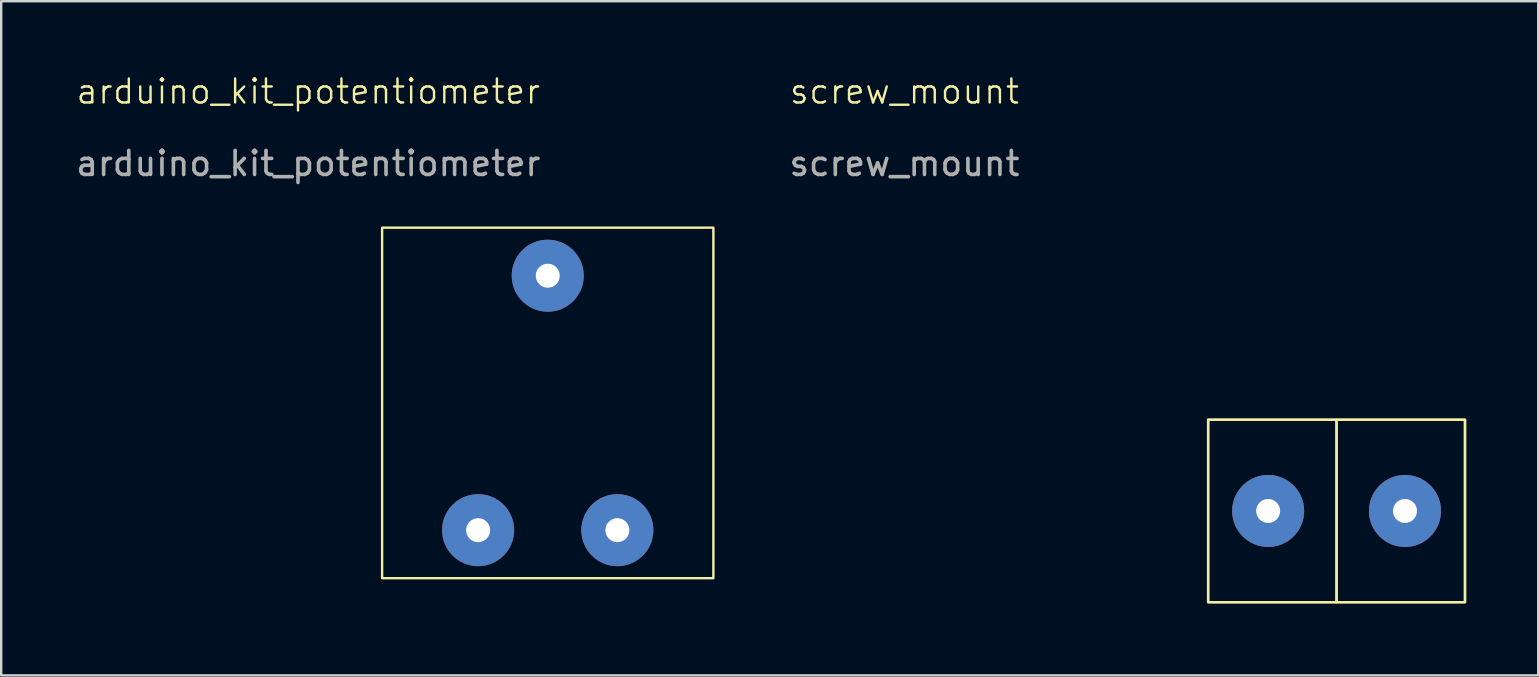
<source format=kicad_pcb>
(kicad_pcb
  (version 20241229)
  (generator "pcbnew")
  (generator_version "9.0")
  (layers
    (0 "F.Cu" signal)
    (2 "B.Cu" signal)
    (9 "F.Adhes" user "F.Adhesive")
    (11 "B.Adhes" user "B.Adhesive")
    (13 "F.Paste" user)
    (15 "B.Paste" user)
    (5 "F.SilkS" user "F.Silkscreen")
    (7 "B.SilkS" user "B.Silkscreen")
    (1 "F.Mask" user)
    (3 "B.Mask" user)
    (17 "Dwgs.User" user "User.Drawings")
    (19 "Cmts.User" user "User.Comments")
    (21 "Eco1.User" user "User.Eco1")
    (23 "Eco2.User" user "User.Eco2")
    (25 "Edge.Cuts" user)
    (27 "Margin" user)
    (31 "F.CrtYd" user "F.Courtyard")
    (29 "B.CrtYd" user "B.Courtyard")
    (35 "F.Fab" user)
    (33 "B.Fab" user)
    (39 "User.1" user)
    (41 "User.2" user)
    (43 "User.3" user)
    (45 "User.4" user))
  (footprint "arduino_kit_potentiometer"
    (layer "F.Cu")
    (at 14.867 8.435)
    (property "Reference" "arduino_kit_potentiometer" (at -5.075 -7.675 0) (unlocked yes) (layer "F.SilkS") (effects (font (size 1 1) (thickness 0.1))))
    (attr smd)
    (fp_rect (start -2 -2) (end 11.8 12.6) (stroke (width 0.1) (type solid)) (fill no) (layer "F.SilkS"))
    (fp_text user "${REFERENCE}" (at -5.075 -4.675 0) (unlocked yes) (layer "F.Fab") (effects (font (size 1 1) (thickness 0.15))))
    (pad "1" thru_hole circle (at 4.9 0) (size 3 3) (drill 1) (layers "*.Cu" "*.Mask"))
    (pad "2" thru_hole circle (at 2 10.6) (size 3 3) (drill 1) (layers "*.Cu" "*.Mask"))
    (pad "3" thru_hole circle (at 7.8 10.6) (size 3 3) (drill 1) (layers "*.Cu" "*.Mask")))
  (footprint "screw_mount"
    (layer "F.Cu")
    (at 47.277 14.435)
    (property "Reference" "screw_mount" (at -12.65 -13.675 0) (unlocked yes) (layer "F.SilkS") (effects (font (size 1 1) (thickness 0.1))))
    (attr smd)
    (fp_rect (start 0 0) (end 5.35 7.6) (stroke (width 0.1) (type default)) (fill no) (layer "F.SilkS"))
    (fp_rect (start 0 0) (end 10.7 7.6) (stroke (width 0.1) (type solid)) (fill no) (layer "F.SilkS"))
    (fp_rect (start 5.35 0) (end 10.7 7.6) (stroke (width 0.1) (type default)) (fill no) (layer "F.SilkS"))
    (fp_text user "${REFERENCE}" (at -12.65 -10.675 0) (unlocked yes) (layer "F.Fab") (effects (font (size 1 1) (thickness 0.15))))
    (pad "1" thru_hole circle (at 2.5 3.8) (size 3 3) (drill 1) (layers "*.Cu" "*.Mask"))
    (pad "2" thru_hole circle (at 8.2 3.8) (size 3 3) (drill 1) (layers "*.Cu" "*.Mask")))
  (gr_rect
    (start -3 -3)
    (end 61.027 25.085)
    (stroke (width 0.1) (type default))
    (fill no)
    (layer "Edge.Cuts")))
</source>
